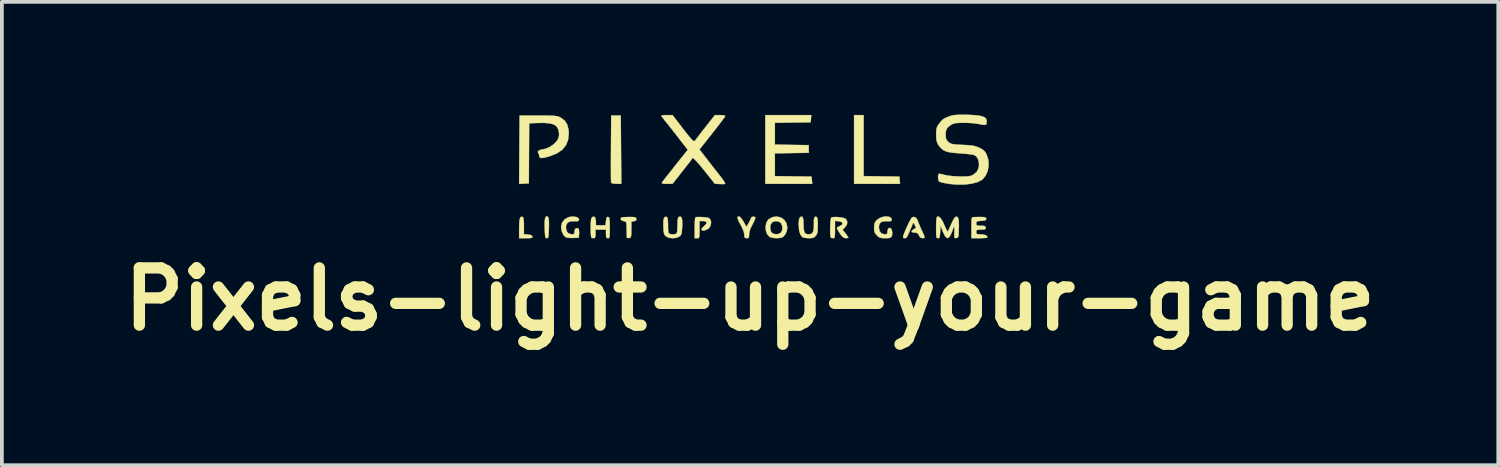
<source format=kicad_pcb>
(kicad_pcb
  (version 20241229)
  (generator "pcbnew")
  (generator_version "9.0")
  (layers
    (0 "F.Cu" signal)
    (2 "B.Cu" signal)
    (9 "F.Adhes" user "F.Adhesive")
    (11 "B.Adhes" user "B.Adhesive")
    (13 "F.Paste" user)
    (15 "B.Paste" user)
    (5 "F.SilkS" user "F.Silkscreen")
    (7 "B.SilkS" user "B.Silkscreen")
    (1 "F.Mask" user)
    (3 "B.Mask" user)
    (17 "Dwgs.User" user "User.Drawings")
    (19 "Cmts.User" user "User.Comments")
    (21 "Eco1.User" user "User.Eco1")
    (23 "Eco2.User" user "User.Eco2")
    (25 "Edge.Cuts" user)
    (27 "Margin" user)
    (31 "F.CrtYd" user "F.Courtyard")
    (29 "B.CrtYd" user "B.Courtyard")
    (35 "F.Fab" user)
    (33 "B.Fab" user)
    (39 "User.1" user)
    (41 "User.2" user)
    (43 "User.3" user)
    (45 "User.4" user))
  (footprint "Pixels-light-up-your-game"
    (layer "F.Cu")
    (at 16.916 1.741)
    (property "Reference" "Pixels-light-up-your-game" (at 0 3.175 0) (layer "F.SilkS") (effects (font (size 1.524 1.524) (thickness 0.3))))
    (attr through_hole)
    (fp_poly (pts (xy 3.023 -0.103) (xy 3.499 -0.096) (xy 3.975 -0.089) (xy 3.991 0.102) (xy 2.769 0.102) (xy 2.769 -1.727) (xy 3.023 -1.727) (xy 3.023 -0.103)) (stroke (width 0.01) (type solid)) (fill yes) (layer "F.SilkS"))
    (fp_poly (pts (xy 1.613 -1.537) (xy 0.66 -1.523) (xy 0.66 -0.941) (xy 1.111 -0.934) (xy 1.562 -0.927) (xy 1.562 -0.724) (xy 0.66 -0.71) (xy 0.66 -0.103) (xy 1.149 -0.096) (xy 1.638 -0.089) (xy 1.654 0.102) (xy 0.406 0.102) (xy 0.406 -1.727) (xy 1.629 -1.727) (xy 1.613 -1.537)) (stroke (width 0.01) (type solid)) (fill yes) (layer "F.SilkS"))
    (fp_poly (pts (xy -3.435 -0.806) (xy -3.428 0.102) (xy -3.556 0.102) (xy -3.642 0.095) (xy -3.691 0.078) (xy -3.697 0.07) (xy -3.7 0.038) (xy -3.702 -0.039) (xy -3.703 -0.155) (xy -3.704 -0.303) (xy -3.704 -0.477) (xy -3.703 -0.672) (xy -3.702 -0.838) (xy -3.696 -1.714) (xy -3.442 -1.714) (xy -3.435 -0.806)) (stroke (width 0.01) (type solid)) (fill yes) (layer "F.SilkS"))
    (fp_poly (pts (xy -6.055 0.983) (xy -6.037 1.004) (xy -6.026 1.058) (xy -6.02 1.15) (xy -6.02 1.22) (xy -6.02 1.445) (xy -5.912 1.453) (xy -5.836 1.465) (xy -5.801 1.491) (xy -5.796 1.505) (xy -5.797 1.528) (xy -5.82 1.542) (xy -5.872 1.548) (xy -5.966 1.549) (xy -5.967 1.549) (xy -6.147 1.549) (xy -6.147 1.288) (xy -6.144 1.148) (xy -6.134 1.053) (xy -6.115 0.998) (xy -6.086 0.977) (xy -6.055 0.983)) (stroke (width 0.01) (type solid)) (fill yes) (layer "F.SilkS"))
    (fp_poly (pts (xy -5.378 0.985) (xy -5.363 1.017) (xy -5.355 1.085) (xy -5.353 1.194) (xy -5.355 1.28) (xy -5.359 1.401) (xy -5.365 1.479) (xy -5.374 1.524) (xy -5.388 1.544) (xy -5.409 1.549) (xy -5.41 1.549) (xy -5.432 1.545) (xy -5.446 1.525) (xy -5.455 1.482) (xy -5.461 1.407) (xy -5.465 1.289) (xy -5.466 1.28) (xy -5.467 1.135) (xy -5.459 1.036) (xy -5.441 0.981) (xy -5.413 0.967) (xy -5.378 0.985)) (stroke (width 0.01) (type solid)) (fill yes) (layer "F.SilkS"))
    (fp_poly (pts (xy -0.279 0.977) (xy -0.277 0.977) (xy -0.246 1.006) (xy -0.202 1.065) (xy -0.168 1.12) (xy -0.096 1.25) (xy -0.035 1.143) (xy 0.00036 1.076) (xy 0.022 1.028) (xy 0.025 1.016) (xy 0.046 0.989) (xy 0.09 0.976) (xy 0.131 0.985) (xy 0.134 0.988) (xy 0.136 1.024) (xy 0.109 1.096) (xy 0.067 1.177) (xy 0.005 1.305) (xy -0.023 1.409) (xy -0.025 1.446) (xy -0.029 1.512) (xy -0.044 1.542) (xy -0.081 1.549) (xy -0.089 1.549) (xy -0.131 1.543) (xy -0.149 1.514) (xy -0.152 1.457) (xy -0.171 1.361) (xy -0.229 1.233) (xy -0.255 1.186) (xy -0.311 1.078) (xy -0.334 1.007) (xy -0.323 0.973) (xy -0.279 0.977)) (stroke (width 0.01) (type solid)) (fill yes) (layer "F.SilkS"))
    (fp_poly (pts (xy -3.122 0.986) (xy -3.066 0.993) (xy -3.039 1.007) (xy -3.028 1.032) (xy -3.027 1.037) (xy -3.034 1.077) (xy -3.076 1.095) (xy -3.089 1.097) (xy -3.159 1.105) (xy -3.161 1.321) (xy -3.162 1.426) (xy -3.167 1.49) (xy -3.178 1.525) (xy -3.197 1.54) (xy -3.219 1.545) (xy -3.265 1.543) (xy -3.279 1.532) (xy -3.28 1.498) (xy -3.282 1.428) (xy -3.285 1.334) (xy -3.285 1.308) (xy -3.288 1.207) (xy -3.294 1.146) (xy -3.306 1.115) (xy -3.328 1.102) (xy -3.357 1.097) (xy -3.412 1.078) (xy -3.442 1.045) (xy -3.437 1.01) (xy -3.426 1.001) (xy -3.389 0.993) (xy -3.317 0.988) (xy -3.224 0.985) (xy -3.218 0.985) (xy -3.122 0.986)) (stroke (width 0.01) (type solid)) (fill yes) (layer "F.SilkS"))
    (fp_poly (pts (xy -1.229 0.99) (xy -1.142 1.001) (xy -1.093 1.015) (xy -1.051 1.064) (xy -1.037 1.136) (xy -1.052 1.214) (xy -1.094 1.281) (xy -1.108 1.294) (xy -1.169 1.328) (xy -1.231 1.345) (xy -1.278 1.34) (xy -1.295 1.316) (xy -1.277 1.282) (xy -1.232 1.235) (xy -1.215 1.219) (xy -1.162 1.162) (xy -1.157 1.121) (xy -1.199 1.097) (xy -1.259 1.092) (xy -1.346 1.092) (xy -1.346 1.321) (xy -1.347 1.429) (xy -1.35 1.496) (xy -1.359 1.532) (xy -1.376 1.547) (xy -1.404 1.549) (xy -1.41 1.549) (xy -1.473 1.549) (xy -1.473 1.27) (xy -1.471 1.138) (xy -1.466 1.051) (xy -1.456 1.003) (xy -1.441 0.988) (xy -1.335 0.985) (xy -1.229 0.99)) (stroke (width 0.01) (type solid)) (fill yes) (layer "F.SilkS"))
    (fp_poly (pts (xy -4.615 0.989) (xy -4.564 1.02) (xy -4.551 1.06) (xy -4.566 1.086) (xy -4.606 1.097) (xy -4.682 1.096) (xy -4.791 1.102) (xy -4.862 1.14) (xy -4.897 1.211) (xy -4.902 1.27) (xy -4.883 1.364) (xy -4.829 1.425) (xy -4.745 1.448) (xy -4.741 1.448) (xy -4.693 1.44) (xy -4.675 1.406) (xy -4.674 1.374) (xy -4.659 1.31) (xy -4.631 1.285) (xy -4.582 1.282) (xy -4.556 1.32) (xy -4.55 1.403) (xy -4.551 1.425) (xy -4.559 1.537) (xy -4.712 1.543) (xy -4.801 1.542) (xy -4.875 1.533) (xy -4.909 1.523) (xy -4.967 1.462) (xy -5.01 1.37) (xy -5.029 1.263) (xy -5.029 1.249) (xy -5.006 1.141) (xy -4.941 1.054) (xy -4.844 0.995) (xy -4.786 0.98) (xy -4.693 0.975) (xy -4.615 0.989)) (stroke (width 0.01) (type solid)) (fill yes) (layer "F.SilkS"))
    (fp_poly (pts (xy 1.402 0.993) (xy 1.418 1.059) (xy 1.422 1.172) (xy 1.427 1.296) (xy 1.442 1.378) (xy 1.473 1.425) (xy 1.524 1.445) (xy 1.564 1.448) (xy 1.63 1.434) (xy 1.674 1.39) (xy 1.696 1.31) (xy 1.7 1.188) (xy 1.699 1.167) (xy 1.7 1.061) (xy 1.713 0.999) (xy 1.74 0.977) (xy 1.766 0.982) (xy 1.786 1.002) (xy 1.797 1.05) (xy 1.803 1.135) (xy 1.803 1.206) (xy 1.801 1.318) (xy 1.793 1.393) (xy 1.775 1.445) (xy 1.751 1.482) (xy 1.711 1.523) (xy 1.662 1.543) (xy 1.585 1.549) (xy 1.565 1.549) (xy 1.481 1.544) (xy 1.413 1.529) (xy 1.39 1.518) (xy 1.337 1.447) (xy 1.305 1.333) (xy 1.295 1.183) (xy 1.301 1.072) (xy 1.32 1.007) (xy 1.332 0.992) (xy 1.374 0.971) (xy 1.402 0.993)) (stroke (width 0.01) (type solid)) (fill yes) (layer "F.SilkS"))
    (fp_poly (pts (xy 0.818 0.999) (xy 0.905 1.058) (xy 0.966 1.147) (xy 0.99 1.261) (xy 0.991 1.27) (xy 0.975 1.365) (xy 0.933 1.453) (xy 0.877 1.516) (xy 0.865 1.523) (xy 0.794 1.543) (xy 0.699 1.549) (xy 0.603 1.54) (xy 0.528 1.518) (xy 0.514 1.51) (xy 0.454 1.44) (xy 0.421 1.343) (xy 0.417 1.279) (xy 0.534 1.279) (xy 0.551 1.36) (xy 0.575 1.401) (xy 0.639 1.438) (xy 0.721 1.445) (xy 0.797 1.42) (xy 0.817 1.406) (xy 0.854 1.342) (xy 0.861 1.257) (xy 0.838 1.173) (xy 0.824 1.149) (xy 0.766 1.105) (xy 0.687 1.093) (xy 0.609 1.114) (xy 0.58 1.134) (xy 0.544 1.196) (xy 0.534 1.279) (xy 0.417 1.279) (xy 0.414 1.236) (xy 0.436 1.134) (xy 0.486 1.055) (xy 0.499 1.043) (xy 0.605 0.987) (xy 0.714 0.974) (xy 0.818 0.999)) (stroke (width 0.01) (type solid)) (fill yes) (layer "F.SilkS"))
    (fp_poly (pts (xy -4.124 1.002) (xy -4.106 1.073) (xy -4.104 1.111) (xy -4.102 1.206) (xy -3.848 1.206) (xy -3.835 1.092) (xy -3.824 1.026) (xy -3.81 0.988) (xy -3.804 0.984) (xy -3.762 0.991) (xy -3.759 0.991) (xy -3.748 1.015) (xy -3.739 1.083) (xy -3.735 1.19) (xy -3.734 1.27) (xy -3.734 1.392) (xy -3.737 1.473) (xy -3.744 1.52) (xy -3.756 1.542) (xy -3.775 1.549) (xy -3.785 1.549) (xy -3.816 1.542) (xy -3.831 1.511) (xy -3.835 1.443) (xy -3.835 1.435) (xy -3.835 1.321) (xy -4.115 1.321) (xy -4.115 1.435) (xy -4.118 1.507) (xy -4.133 1.541) (xy -4.161 1.549) (xy -4.21 1.541) (xy -4.225 1.532) (xy -4.232 1.501) (xy -4.238 1.431) (xy -4.241 1.334) (xy -4.242 1.269) (xy -4.24 1.146) (xy -4.233 1.064) (xy -4.22 1.014) (xy -4.203 0.99) (xy -4.158 0.973) (xy -4.124 1.002)) (stroke (width 0.01) (type solid)) (fill yes) (layer "F.SilkS"))
    (fp_poly (pts (xy 3.696 0.979) (xy 3.751 1.007) (xy 3.772 1.055) (xy 3.765 1.083) (xy 3.737 1.096) (xy 3.675 1.097) (xy 3.642 1.096) (xy 3.536 1.101) (xy 3.469 1.134) (xy 3.435 1.198) (xy 3.429 1.268) (xy 3.448 1.363) (xy 3.501 1.425) (xy 3.585 1.448) (xy 3.59 1.448) (xy 3.638 1.44) (xy 3.656 1.408) (xy 3.658 1.371) (xy 3.671 1.306) (xy 3.698 1.278) (xy 3.744 1.282) (xy 3.774 1.329) (xy 3.784 1.401) (xy 3.779 1.478) (xy 3.757 1.523) (xy 3.706 1.544) (xy 3.617 1.549) (xy 3.602 1.549) (xy 3.512 1.546) (xy 3.452 1.533) (xy 3.405 1.502) (xy 3.376 1.475) (xy 3.33 1.42) (xy 3.308 1.362) (xy 3.302 1.278) (xy 3.302 1.27) (xy 3.307 1.183) (xy 3.328 1.124) (xy 3.372 1.069) (xy 3.374 1.067) (xy 3.446 1.015) (xy 3.532 0.983) (xy 3.619 0.971) (xy 3.696 0.979)) (stroke (width 0.01) (type solid)) (fill yes) (layer "F.SilkS"))
    (fp_poly (pts (xy 4.419 1.008) (xy 4.457 1.068) (xy 4.459 1.073) (xy 4.483 1.139) (xy 4.523 1.235) (xy 4.57 1.343) (xy 4.613 1.433) (xy 4.641 1.501) (xy 4.642 1.536) (xy 4.61 1.548) (xy 4.586 1.549) (xy 4.529 1.53) (xy 4.507 1.492) (xy 4.474 1.431) (xy 4.418 1.402) (xy 4.36 1.397) (xy 4.308 1.388) (xy 4.3 1.362) (xy 4.336 1.325) (xy 4.413 1.28) (xy 4.415 1.279) (xy 4.411 1.256) (xy 4.388 1.207) (xy 4.385 1.202) (xy 4.347 1.13) (xy 4.293 1.257) (xy 4.241 1.379) (xy 4.204 1.461) (xy 4.177 1.511) (xy 4.156 1.538) (xy 4.135 1.548) (xy 4.113 1.549) (xy 4.076 1.541) (xy 4.074 1.505) (xy 4.078 1.492) (xy 4.106 1.412) (xy 4.146 1.315) (xy 4.192 1.212) (xy 4.238 1.117) (xy 4.278 1.043) (xy 4.307 1.001) (xy 4.31 0.998) (xy 4.365 0.982) (xy 4.419 1.008)) (stroke (width 0.01) (type solid)) (fill yes) (layer "F.SilkS"))
    (fp_poly (pts (xy -1.824 0.999) (xy -1.809 1.058) (xy -1.805 1.158) (xy -1.807 1.231) (xy -1.813 1.341) (xy -1.822 1.412) (xy -1.837 1.457) (xy -1.862 1.489) (xy -1.876 1.501) (xy -1.956 1.538) (xy -2.057 1.55) (xy -2.159 1.538) (xy -2.238 1.501) (xy -2.269 1.47) (xy -2.288 1.43) (xy -2.3 1.366) (xy -2.306 1.267) (xy -2.307 1.247) (xy -2.308 1.113) (xy -2.295 1.026) (xy -2.267 0.983) (xy -2.223 0.981) (xy -2.221 0.982) (xy -2.202 1.003) (xy -2.19 1.054) (xy -2.185 1.143) (xy -2.184 1.208) (xy -2.183 1.312) (xy -2.178 1.376) (xy -2.167 1.412) (xy -2.146 1.431) (xy -2.127 1.438) (xy -2.047 1.451) (xy -1.98 1.438) (xy -1.95 1.413) (xy -1.941 1.375) (xy -1.934 1.301) (xy -1.931 1.206) (xy -1.931 1.19) (xy -1.927 1.079) (xy -1.917 1.012) (xy -1.898 0.984) (xy -1.896 0.983) (xy -1.852 0.976) (xy -1.824 0.999)) (stroke (width 0.01) (type solid)) (fill yes) (layer "F.SilkS"))
    (fp_poly (pts (xy 2.392 0.993) (xy 2.478 1.008) (xy 2.537 1.028) (xy 2.546 1.035) (xy 2.585 1.1) (xy 2.581 1.177) (xy 2.532 1.254) (xy 2.527 1.26) (xy 2.462 1.324) (xy 2.539 1.422) (xy 2.584 1.481) (xy 2.612 1.523) (xy 2.616 1.534) (xy 2.594 1.545) (xy 2.546 1.549) (xy 2.497 1.538) (xy 2.45 1.5) (xy 2.394 1.426) (xy 2.349 1.356) (xy 2.319 1.302) (xy 2.311 1.28) (xy 2.333 1.255) (xy 2.384 1.228) (xy 2.39 1.226) (xy 2.45 1.19) (xy 2.463 1.15) (xy 2.431 1.116) (xy 2.358 1.097) (xy 2.356 1.097) (xy 2.261 1.089) (xy 2.261 1.319) (xy 2.26 1.429) (xy 2.255 1.497) (xy 2.246 1.533) (xy 2.229 1.548) (xy 2.214 1.549) (xy 2.166 1.541) (xy 2.151 1.532) (xy 2.14 1.497) (xy 2.134 1.426) (xy 2.132 1.333) (xy 2.134 1.231) (xy 2.139 1.133) (xy 2.148 1.054) (xy 2.159 1.007) (xy 2.163 1.001) (xy 2.216 0.988) (xy 2.298 0.985) (xy 2.392 0.993)) (stroke (width 0.01) (type solid)) (fill yes) (layer "F.SilkS"))
    (fp_poly (pts (xy -5.466 -1.714) (xy -5.335 -1.712) (xy -5.239 -1.709) (xy -5.169 -1.702) (xy -5.118 -1.692) (xy -5.077 -1.678) (xy -5.042 -1.661) (xy -4.936 -1.582) (xy -4.866 -1.474) (xy -4.831 -1.331) (xy -4.826 -1.237) (xy -4.845 -1.066) (xy -4.904 -0.921) (xy -5.004 -0.802) (xy -5.148 -0.706) (xy -5.337 -0.631) (xy -5.358 -0.625) (xy -5.475 -0.594) (xy -5.551 -0.585) (xy -5.595 -0.596) (xy -5.612 -0.63) (xy -5.613 -0.646) (xy -5.624 -0.701) (xy -5.643 -0.726) (xy -5.65 -0.751) (xy -5.624 -0.78) (xy -5.576 -0.804) (xy -5.526 -0.813) (xy -5.436 -0.832) (xy -5.332 -0.879) (xy -5.232 -0.946) (xy -5.155 -1.021) (xy -5.142 -1.039) (xy -5.098 -1.117) (xy -5.083 -1.186) (xy -5.086 -1.258) (xy -5.108 -1.356) (xy -5.151 -1.428) (xy -5.222 -1.478) (xy -5.327 -1.507) (xy -5.47 -1.52) (xy -5.626 -1.519) (xy -5.88 -1.511) (xy -5.885 -0.711) (xy -5.889 0.089) (xy -6.018 0.097) (xy -6.147 0.104) (xy -6.141 -0.805) (xy -6.134 -1.714) (xy -5.639 -1.714) (xy -5.466 -1.714)) (stroke (width 0.01) (type solid)) (fill yes) (layer "F.SilkS"))
    (fp_poly (pts (xy 6.178 0.986) (xy 6.238 0.99) (xy 6.271 1) (xy 6.285 1.017) (xy 6.287 1.032) (xy 6.278 1.061) (xy 6.245 1.077) (xy 6.175 1.086) (xy 6.153 1.087) (xy 6.075 1.094) (xy 6.036 1.106) (xy 6.021 1.132) (xy 6.02 1.157) (xy 6.024 1.194) (xy 6.046 1.212) (xy 6.097 1.219) (xy 6.147 1.219) (xy 6.223 1.222) (xy 6.261 1.233) (xy 6.273 1.258) (xy 6.274 1.27) (xy 6.267 1.3) (xy 6.239 1.316) (xy 6.176 1.321) (xy 6.147 1.321) (xy 6.071 1.323) (xy 6.034 1.333) (xy 6.021 1.359) (xy 6.02 1.384) (xy 6.024 1.422) (xy 6.046 1.441) (xy 6.098 1.447) (xy 6.144 1.448) (xy 6.226 1.456) (xy 6.287 1.477) (xy 6.316 1.506) (xy 6.307 1.533) (xy 6.276 1.541) (xy 6.207 1.546) (xy 6.114 1.549) (xy 6.092 1.549) (xy 5.893 1.549) (xy 5.893 1.27) (xy 5.893 1.148) (xy 5.896 1.067) (xy 5.903 1.02) (xy 5.915 0.997) (xy 5.934 0.99) (xy 5.944 0.989) (xy 6.082 0.985) (xy 6.178 0.986)) (stroke (width 0.01) (type solid)) (fill yes) (layer "F.SilkS"))
    (fp_poly (pts (xy 5.078 1.023) (xy 5.135 1.119) (xy 5.167 1.192) (xy 5.205 1.277) (xy 5.236 1.341) (xy 5.255 1.371) (xy 5.256 1.372) (xy 5.275 1.351) (xy 5.301 1.299) (xy 5.305 1.289) (xy 5.367 1.148) (xy 5.416 1.051) (xy 5.453 0.997) (xy 5.473 0.982) (xy 5.512 0.98) (xy 5.539 1.012) (xy 5.554 1.083) (xy 5.559 1.197) (xy 5.557 1.286) (xy 5.553 1.401) (xy 5.548 1.474) (xy 5.538 1.516) (xy 5.522 1.536) (xy 5.497 1.544) (xy 5.49 1.545) (xy 5.458 1.547) (xy 5.441 1.533) (xy 5.436 1.492) (xy 5.439 1.414) (xy 5.44 1.399) (xy 5.441 1.318) (xy 5.437 1.262) (xy 5.429 1.245) (xy 5.411 1.264) (xy 5.41 1.272) (xy 5.401 1.309) (xy 5.377 1.375) (xy 5.356 1.425) (xy 5.31 1.511) (xy 5.267 1.548) (xy 5.224 1.535) (xy 5.178 1.474) (xy 5.132 1.372) (xy 5.067 1.206) (xy 5.06 1.378) (xy 5.054 1.47) (xy 5.045 1.522) (xy 5.028 1.545) (xy 5.003 1.549) (xy 4.981 1.546) (xy 4.967 1.53) (xy 4.958 1.492) (xy 4.954 1.423) (xy 4.953 1.316) (xy 4.953 1.271) (xy 4.955 1.157) (xy 4.961 1.062) (xy 4.97 0.999) (xy 4.978 0.978) (xy 5.025 0.976) (xy 5.078 1.023)) (stroke (width 0.01) (type solid)) (fill yes) (layer "F.SilkS"))
    (fp_poly (pts (xy -1.952 -1.581) (xy -1.814 -1.401) (xy -1.704 -1.259) (xy -1.619 -1.154) (xy -1.557 -1.083) (xy -1.515 -1.042) (xy -1.491 -1.031) (xy -1.489 -1.031) (xy -1.453 -1.06) (xy -1.427 -1.094) (xy -1.4 -1.132) (xy -1.348 -1.201) (xy -1.278 -1.292) (xy -1.196 -1.397) (xy -1.165 -1.436) (xy -0.935 -1.727) (xy -0.798 -1.727) (xy -0.722 -1.723) (xy -0.672 -1.713) (xy -0.66 -1.704) (xy -0.676 -1.678) (xy -0.718 -1.618) (xy -0.783 -1.531) (xy -0.866 -1.423) (xy -0.963 -1.299) (xy -1.004 -1.246) (xy -1.348 -0.812) (xy -1.126 -0.527) (xy -1.032 -0.405) (xy -0.934 -0.28) (xy -0.845 -0.167) (xy -0.775 -0.078) (xy -0.771 -0.072) (xy -0.709 0.01) (xy -0.672 0.071) (xy -0.664 0.103) (xy -0.668 0.106) (xy -0.71 0.109) (xy -0.782 0.108) (xy -0.818 0.107) (xy -0.938 0.099) (xy -1.21 -0.243) (xy -1.329 -0.389) (xy -1.422 -0.495) (xy -1.488 -0.56) (xy -1.53 -0.587) (xy -1.548 -0.576) (xy -1.549 -0.565) (xy -1.564 -0.535) (xy -1.601 -0.485) (xy -1.607 -0.478) (xy -1.644 -0.432) (xy -1.705 -0.356) (xy -1.78 -0.261) (xy -1.862 -0.157) (xy -1.864 -0.154) (xy -2.065 0.102) (xy -2.215 0.102) (xy -2.301 0.099) (xy -2.342 0.09) (xy -2.348 0.072) (xy -2.346 0.07) (xy -2.326 0.041) (xy -2.278 -0.021) (xy -2.209 -0.11) (xy -2.122 -0.219) (xy -2.024 -0.343) (xy -1.993 -0.383) (xy -1.658 -0.804) (xy -1.705 -0.865) (xy -1.746 -0.918) (xy -1.773 -0.953) (xy -1.796 -0.982) (xy -1.843 -1.042) (xy -1.907 -1.125) (xy -1.98 -1.219) (xy -2.065 -1.328) (xy -2.149 -1.435) (xy -2.222 -1.526) (xy -2.265 -1.578) (xy -2.316 -1.643) (xy -2.352 -1.692) (xy -2.362 -1.712) (xy -2.339 -1.72) (xy -2.279 -1.726) (xy -2.212 -1.727) (xy -2.062 -1.727) (xy -1.952 -1.581)) (stroke (width 0.01) (type solid)) (fill yes) (layer "F.SilkS"))
    (fp_poly (pts (xy 5.74 -1.736) (xy 5.905 -1.73) (xy 6.044 -1.719) (xy 6.146 -1.702) (xy 6.172 -1.695) (xy 6.243 -1.668) (xy 6.279 -1.638) (xy 6.293 -1.592) (xy 6.295 -1.575) (xy 6.295 -1.512) (xy 6.283 -1.473) (xy 6.282 -1.472) (xy 6.248 -1.466) (xy 6.181 -1.473) (xy 6.109 -1.487) (xy 5.999 -1.506) (xy 5.86 -1.518) (xy 5.712 -1.523) (xy 5.573 -1.521) (xy 5.46 -1.512) (xy 5.437 -1.508) (xy 5.366 -1.479) (xy 5.293 -1.428) (xy 5.282 -1.417) (xy 5.236 -1.363) (xy 5.214 -1.307) (xy 5.207 -1.227) (xy 5.207 -1.207) (xy 5.211 -1.122) (xy 5.227 -1.068) (xy 5.263 -1.025) (xy 5.281 -1.009) (xy 5.317 -0.982) (xy 5.357 -0.964) (xy 5.413 -0.951) (xy 5.494 -0.943) (xy 5.611 -0.936) (xy 5.658 -0.934) (xy 5.799 -0.927) (xy 5.903 -0.917) (xy 5.984 -0.901) (xy 6.056 -0.877) (xy 6.101 -0.858) (xy 6.189 -0.811) (xy 6.246 -0.761) (xy 6.29 -0.693) (xy 6.295 -0.681) (xy 6.341 -0.541) (xy 6.35 -0.391) (xy 6.327 -0.246) (xy 6.272 -0.117) (xy 6.189 -0.017) (xy 6.173 -0.005) (xy 6.059 0.055) (xy 5.906 0.096) (xy 5.724 0.119) (xy 5.523 0.122) (xy 5.313 0.105) (xy 5.232 0.092) (xy 5.143 0.074) (xy 5.071 0.056) (xy 5.036 0.043) (xy 5.015 0.006) (xy 5.005 -0.055) (xy 5.006 -0.118) (xy 5.021 -0.159) (xy 5.025 -0.162) (xy 5.059 -0.163) (xy 5.124 -0.15) (xy 5.171 -0.136) (xy 5.264 -0.117) (xy 5.394 -0.102) (xy 5.544 -0.094) (xy 5.575 -0.093) (xy 5.704 -0.092) (xy 5.795 -0.096) (xy 5.859 -0.106) (xy 5.909 -0.123) (xy 5.944 -0.141) (xy 6.036 -0.217) (xy 6.085 -0.316) (xy 6.096 -0.412) (xy 6.079 -0.534) (xy 6.028 -0.622) (xy 5.973 -0.661) (xy 5.922 -0.674) (xy 5.833 -0.688) (xy 5.718 -0.7) (xy 5.59 -0.71) (xy 5.588 -0.71) (xy 5.425 -0.722) (xy 5.303 -0.739) (xy 5.212 -0.763) (xy 5.142 -0.798) (xy 5.084 -0.847) (xy 5.064 -0.868) (xy 5.006 -0.942) (xy 4.972 -1.019) (xy 4.956 -1.114) (xy 4.953 -1.214) (xy 4.956 -1.315) (xy 4.968 -1.385) (xy 4.994 -1.443) (xy 5.025 -1.488) (xy 5.083 -1.563) (xy 5.134 -1.613) (xy 5.198 -1.65) (xy 5.291 -1.689) (xy 5.296 -1.691) (xy 5.363 -1.713) (xy 5.435 -1.727) (xy 5.527 -1.734) (xy 5.649 -1.736) (xy 5.74 -1.736)) (stroke (width 0.01) (type solid)) (fill yes) (layer "F.SilkS")))
  (gr_rect
    (start -3 -3)
    (end 36.833 9.334)
    (stroke (width 0.1) (type default))
    (fill no)
    (layer "Edge.Cuts")))
</source>
